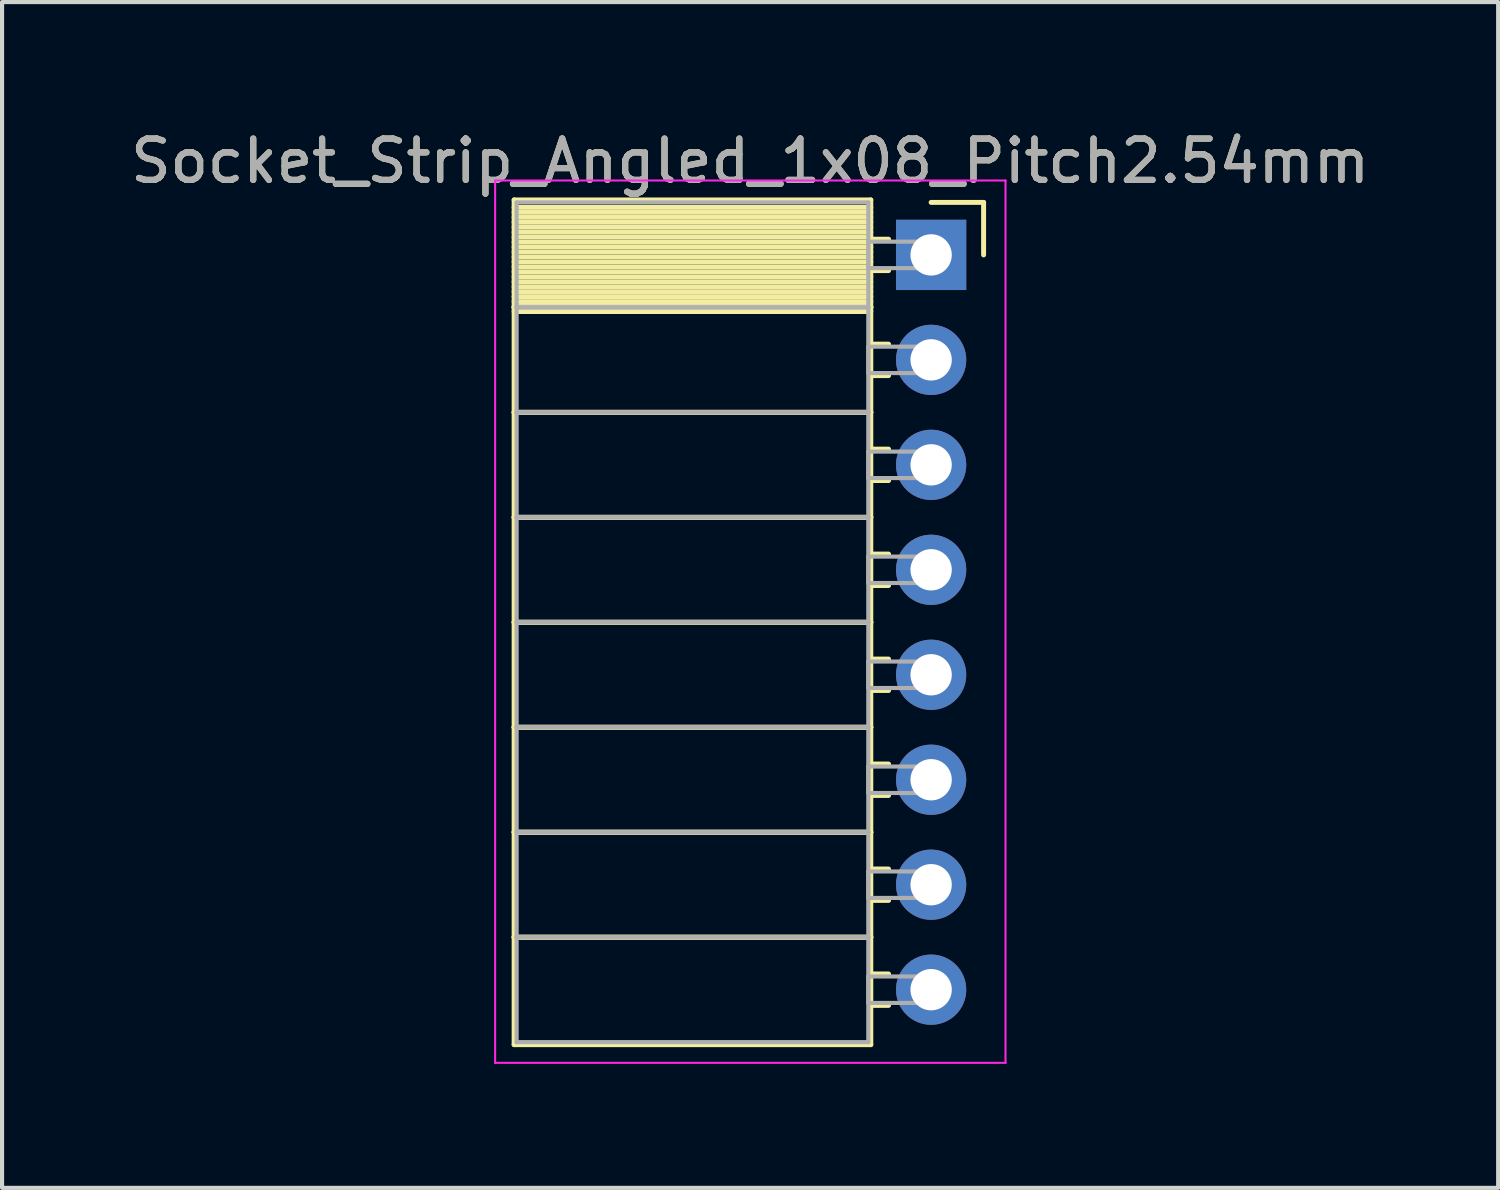
<source format=kicad_pcb>
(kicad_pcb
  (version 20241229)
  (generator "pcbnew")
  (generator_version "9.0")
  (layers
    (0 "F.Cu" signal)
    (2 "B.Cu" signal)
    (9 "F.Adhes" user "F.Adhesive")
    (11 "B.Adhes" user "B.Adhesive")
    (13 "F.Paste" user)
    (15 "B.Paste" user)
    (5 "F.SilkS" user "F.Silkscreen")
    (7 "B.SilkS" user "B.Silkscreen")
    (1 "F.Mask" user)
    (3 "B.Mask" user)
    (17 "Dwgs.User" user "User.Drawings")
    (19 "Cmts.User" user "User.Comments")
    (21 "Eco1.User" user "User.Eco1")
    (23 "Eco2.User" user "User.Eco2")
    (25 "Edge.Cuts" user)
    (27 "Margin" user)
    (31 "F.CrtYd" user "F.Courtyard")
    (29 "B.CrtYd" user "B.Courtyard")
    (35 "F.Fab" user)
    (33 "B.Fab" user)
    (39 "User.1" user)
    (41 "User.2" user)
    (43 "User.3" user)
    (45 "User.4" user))
  (footprint "Socket_Strip_Angled_1x08_Pitch2.54mm"
    (layer "F.Cu")
    (at 19.481 3.118)
    (property "Reference" "Socket_Strip_Angled_1x08_Pitch2.54mm" (at -4.38 -2.27 0) (layer "F.SilkS") (effects (font (size 1 1) (thickness 0.15))))
    (attr through_hole)
    (fp_line (start -10.09 -1.33) (end -1.46 -1.33) (stroke (width 0.12) (type solid)) (layer "F.SilkS"))
    (fp_line (start -10.09 1.27) (end -10.09 -1.33) (stroke (width 0.12) (type solid)) (layer "F.SilkS"))
    (fp_line (start -10.09 1.27) (end -1.46 1.27) (stroke (width 0.12) (type solid)) (layer "F.SilkS"))
    (fp_line (start -10.09 3.81) (end -10.09 1.27) (stroke (width 0.12) (type solid)) (layer "F.SilkS"))
    (fp_line (start -10.09 3.81) (end -1.46 3.81) (stroke (width 0.12) (type solid)) (layer "F.SilkS"))
    (fp_line (start -10.09 6.35) (end -10.09 3.81) (stroke (width 0.12) (type solid)) (layer "F.SilkS"))
    (fp_line (start -10.09 6.35) (end -1.46 6.35) (stroke (width 0.12) (type solid)) (layer "F.SilkS"))
    (fp_line (start -10.09 8.89) (end -10.09 6.35) (stroke (width 0.12) (type solid)) (layer "F.SilkS"))
    (fp_line (start -10.09 8.89) (end -1.46 8.89) (stroke (width 0.12) (type solid)) (layer "F.SilkS"))
    (fp_line (start -10.09 11.43) (end -10.09 8.89) (stroke (width 0.12) (type solid)) (layer "F.SilkS"))
    (fp_line (start -10.09 11.43) (end -1.46 11.43) (stroke (width 0.12) (type solid)) (layer "F.SilkS"))
    (fp_line (start -10.09 13.97) (end -10.09 11.43) (stroke (width 0.12) (type solid)) (layer "F.SilkS"))
    (fp_line (start -10.09 13.97) (end -1.46 13.97) (stroke (width 0.12) (type solid)) (layer "F.SilkS"))
    (fp_line (start -10.09 16.51) (end -10.09 13.97) (stroke (width 0.12) (type solid)) (layer "F.SilkS"))
    (fp_line (start -10.09 16.51) (end -1.46 16.51) (stroke (width 0.12) (type solid)) (layer "F.SilkS"))
    (fp_line (start -10.09 19.11) (end -10.09 16.51) (stroke (width 0.12) (type solid)) (layer "F.SilkS"))
    (fp_line (start -1.46 -1.33) (end -1.46 1.27) (stroke (width 0.12) (type solid)) (layer "F.SilkS"))
    (fp_line (start -1.46 -1.15) (end -10.09 -1.15) (stroke (width 0.12) (type solid)) (layer "F.SilkS"))
    (fp_line (start -1.46 -1.03) (end -10.09 -1.03) (stroke (width 0.12) (type solid)) (layer "F.SilkS"))
    (fp_line (start -1.46 -0.91) (end -10.09 -0.91) (stroke (width 0.12) (type solid)) (layer "F.SilkS"))
    (fp_line (start -1.46 -0.79) (end -10.09 -0.79) (stroke (width 0.12) (type solid)) (layer "F.SilkS"))
    (fp_line (start -1.46 -0.67) (end -10.09 -0.67) (stroke (width 0.12) (type solid)) (layer "F.SilkS"))
    (fp_line (start -1.46 -0.55) (end -10.09 -0.55) (stroke (width 0.12) (type solid)) (layer "F.SilkS"))
    (fp_line (start -1.46 -0.43) (end -10.09 -0.43) (stroke (width 0.12) (type solid)) (layer "F.SilkS"))
    (fp_line (start -1.46 -0.31) (end -10.09 -0.31) (stroke (width 0.12) (type solid)) (layer "F.SilkS"))
    (fp_line (start -1.46 -0.19) (end -10.09 -0.19) (stroke (width 0.12) (type solid)) (layer "F.SilkS"))
    (fp_line (start -1.46 -0.07) (end -10.09 -0.07) (stroke (width 0.12) (type solid)) (layer "F.SilkS"))
    (fp_line (start -1.46 0.05) (end -10.09 0.05) (stroke (width 0.12) (type solid)) (layer "F.SilkS"))
    (fp_line (start -1.46 0.17) (end -10.09 0.17) (stroke (width 0.12) (type solid)) (layer "F.SilkS"))
    (fp_line (start -1.46 0.29) (end -10.09 0.29) (stroke (width 0.12) (type solid)) (layer "F.SilkS"))
    (fp_line (start -1.46 0.41) (end -10.09 0.41) (stroke (width 0.12) (type solid)) (layer "F.SilkS"))
    (fp_line (start -1.46 0.53) (end -10.09 0.53) (stroke (width 0.12) (type solid)) (layer "F.SilkS"))
    (fp_line (start -1.46 0.65) (end -10.09 0.65) (stroke (width 0.12) (type solid)) (layer "F.SilkS"))
    (fp_line (start -1.46 0.77) (end -10.09 0.77) (stroke (width 0.12) (type solid)) (layer "F.SilkS"))
    (fp_line (start -1.46 0.89) (end -10.09 0.89) (stroke (width 0.12) (type solid)) (layer "F.SilkS"))
    (fp_line (start -1.46 1.01) (end -10.09 1.01) (stroke (width 0.12) (type solid)) (layer "F.SilkS"))
    (fp_line (start -1.46 1.13) (end -10.09 1.13) (stroke (width 0.12) (type solid)) (layer "F.SilkS"))
    (fp_line (start -1.46 1.25) (end -10.09 1.25) (stroke (width 0.12) (type solid)) (layer "F.SilkS"))
    (fp_line (start -1.46 1.27) (end -10.09 1.27) (stroke (width 0.12) (type solid)) (layer "F.SilkS"))
    (fp_line (start -1.46 1.27) (end -1.46 3.81) (stroke (width 0.12) (type solid)) (layer "F.SilkS"))
    (fp_line (start -1.46 1.37) (end -10.09 1.37) (stroke (width 0.12) (type solid)) (layer "F.SilkS"))
    (fp_line (start -1.46 3.81) (end -10.09 3.81) (stroke (width 0.12) (type solid)) (layer "F.SilkS"))
    (fp_line (start -1.46 3.81) (end -1.46 6.35) (stroke (width 0.12) (type solid)) (layer "F.SilkS"))
    (fp_line (start -1.46 6.35) (end -10.09 6.35) (stroke (width 0.12) (type solid)) (layer "F.SilkS"))
    (fp_line (start -1.46 6.35) (end -1.46 8.89) (stroke (width 0.12) (type solid)) (layer "F.SilkS"))
    (fp_line (start -1.46 8.89) (end -10.09 8.89) (stroke (width 0.12) (type solid)) (layer "F.SilkS"))
    (fp_line (start -1.46 8.89) (end -1.46 11.43) (stroke (width 0.12) (type solid)) (layer "F.SilkS"))
    (fp_line (start -1.46 11.43) (end -10.09 11.43) (stroke (width 0.12) (type solid)) (layer "F.SilkS"))
    (fp_line (start -1.46 11.43) (end -1.46 13.97) (stroke (width 0.12) (type solid)) (layer "F.SilkS"))
    (fp_line (start -1.46 13.97) (end -10.09 13.97) (stroke (width 0.12) (type solid)) (layer "F.SilkS"))
    (fp_line (start -1.46 13.97) (end -1.46 16.51) (stroke (width 0.12) (type solid)) (layer "F.SilkS"))
    (fp_line (start -1.46 16.51) (end -10.09 16.51) (stroke (width 0.12) (type solid)) (layer "F.SilkS"))
    (fp_line (start -1.46 16.51) (end -1.46 19.11) (stroke (width 0.12) (type solid)) (layer "F.SilkS"))
    (fp_line (start -1.46 19.11) (end -10.09 19.11) (stroke (width 0.12) (type solid)) (layer "F.SilkS"))
    (fp_line (start -1.03 -0.38) (end -1.46 -0.38) (stroke (width 0.12) (type solid)) (layer "F.SilkS"))
    (fp_line (start -1.03 0.38) (end -1.46 0.38) (stroke (width 0.12) (type solid)) (layer "F.SilkS"))
    (fp_line (start -1.03 2.16) (end -1.46 2.16) (stroke (width 0.12) (type solid)) (layer "F.SilkS"))
    (fp_line (start -1.03 2.92) (end -1.46 2.92) (stroke (width 0.12) (type solid)) (layer "F.SilkS"))
    (fp_line (start -1.03 4.7) (end -1.46 4.7) (stroke (width 0.12) (type solid)) (layer "F.SilkS"))
    (fp_line (start -1.03 5.46) (end -1.46 5.46) (stroke (width 0.12) (type solid)) (layer "F.SilkS"))
    (fp_line (start -1.03 7.24) (end -1.46 7.24) (stroke (width 0.12) (type solid)) (layer "F.SilkS"))
    (fp_line (start -1.03 8) (end -1.46 8) (stroke (width 0.12) (type solid)) (layer "F.SilkS"))
    (fp_line (start -1.03 9.78) (end -1.46 9.78) (stroke (width 0.12) (type solid)) (layer "F.SilkS"))
    (fp_line (start -1.03 10.54) (end -1.46 10.54) (stroke (width 0.12) (type solid)) (layer "F.SilkS"))
    (fp_line (start -1.03 12.32) (end -1.46 12.32) (stroke (width 0.12) (type solid)) (layer "F.SilkS"))
    (fp_line (start -1.03 13.08) (end -1.46 13.08) (stroke (width 0.12) (type solid)) (layer "F.SilkS"))
    (fp_line (start -1.03 14.86) (end -1.46 14.86) (stroke (width 0.12) (type solid)) (layer "F.SilkS"))
    (fp_line (start -1.03 15.62) (end -1.46 15.62) (stroke (width 0.12) (type solid)) (layer "F.SilkS"))
    (fp_line (start -1.03 17.4) (end -1.46 17.4) (stroke (width 0.12) (type solid)) (layer "F.SilkS"))
    (fp_line (start -1.03 18.16) (end -1.46 18.16) (stroke (width 0.12) (type solid)) (layer "F.SilkS"))
    (fp_line (start 0 -1.27) (end 1.27 -1.27) (stroke (width 0.12) (type solid)) (layer "F.SilkS"))
    (fp_line (start 1.27 -1.27) (end 1.27 0) (stroke (width 0.12) (type solid)) (layer "F.SilkS"))
    (fp_line (start -10.55 -1.8) (end 1.8 -1.8) (stroke (width 0.05) (type solid)) (layer "F.CrtYd"))
    (fp_line (start -10.55 19.55) (end -10.55 -1.8) (stroke (width 0.05) (type solid)) (layer "F.CrtYd"))
    (fp_line (start 1.8 -1.8) (end 1.8 19.55) (stroke (width 0.05) (type solid)) (layer "F.CrtYd"))
    (fp_line (start 1.8 19.55) (end -10.55 19.55) (stroke (width 0.05) (type solid)) (layer "F.CrtYd"))
    (fp_line (start -10.03 -1.27) (end -1.52 -1.27) (stroke (width 0.1) (type solid)) (layer "F.Fab"))
    (fp_line (start -10.03 1.27) (end -10.03 -1.27) (stroke (width 0.1) (type solid)) (layer "F.Fab"))
    (fp_line (start -10.03 1.27) (end -1.52 1.27) (stroke (width 0.1) (type solid)) (layer "F.Fab"))
    (fp_line (start -10.03 3.81) (end -10.03 1.27) (stroke (width 0.1) (type solid)) (layer "F.Fab"))
    (fp_line (start -10.03 3.81) (end -1.52 3.81) (stroke (width 0.1) (type solid)) (layer "F.Fab"))
    (fp_line (start -10.03 6.35) (end -10.03 3.81) (stroke (width 0.1) (type solid)) (layer "F.Fab"))
    (fp_line (start -10.03 6.35) (end -1.52 6.35) (stroke (width 0.1) (type solid)) (layer "F.Fab"))
    (fp_line (start -10.03 8.89) (end -10.03 6.35) (stroke (width 0.1) (type solid)) (layer "F.Fab"))
    (fp_line (start -10.03 8.89) (end -1.52 8.89) (stroke (width 0.1) (type solid)) (layer "F.Fab"))
    (fp_line (start -10.03 11.43) (end -10.03 8.89) (stroke (width 0.1) (type solid)) (layer "F.Fab"))
    (fp_line (start -10.03 11.43) (end -1.52 11.43) (stroke (width 0.1) (type solid)) (layer "F.Fab"))
    (fp_line (start -10.03 13.97) (end -10.03 11.43) (stroke (width 0.1) (type solid)) (layer "F.Fab"))
    (fp_line (start -10.03 13.97) (end -1.52 13.97) (stroke (width 0.1) (type solid)) (layer "F.Fab"))
    (fp_line (start -10.03 16.51) (end -10.03 13.97) (stroke (width 0.1) (type solid)) (layer "F.Fab"))
    (fp_line (start -10.03 16.51) (end -1.52 16.51) (stroke (width 0.1) (type solid)) (layer "F.Fab"))
    (fp_line (start -10.03 19.05) (end -10.03 16.51) (stroke (width 0.1) (type solid)) (layer "F.Fab"))
    (fp_line (start -1.52 -1.27) (end -1.52 1.27) (stroke (width 0.1) (type solid)) (layer "F.Fab"))
    (fp_line (start -1.52 -0.32) (end 0 -0.32) (stroke (width 0.1) (type solid)) (layer "F.Fab"))
    (fp_line (start -1.52 0.32) (end -1.52 -0.32) (stroke (width 0.1) (type solid)) (layer "F.Fab"))
    (fp_line (start -1.52 1.27) (end -10.03 1.27) (stroke (width 0.1) (type solid)) (layer "F.Fab"))
    (fp_line (start -1.52 1.27) (end -1.52 3.81) (stroke (width 0.1) (type solid)) (layer "F.Fab"))
    (fp_line (start -1.52 2.22) (end 0 2.22) (stroke (width 0.1) (type solid)) (layer "F.Fab"))
    (fp_line (start -1.52 2.86) (end -1.52 2.22) (stroke (width 0.1) (type solid)) (layer "F.Fab"))
    (fp_line (start -1.52 3.81) (end -10.03 3.81) (stroke (width 0.1) (type solid)) (layer "F.Fab"))
    (fp_line (start -1.52 3.81) (end -1.52 6.35) (stroke (width 0.1) (type solid)) (layer "F.Fab"))
    (fp_line (start -1.52 4.76) (end 0 4.76) (stroke (width 0.1) (type solid)) (layer "F.Fab"))
    (fp_line (start -1.52 5.4) (end -1.52 4.76) (stroke (width 0.1) (type solid)) (layer "F.Fab"))
    (fp_line (start -1.52 6.35) (end -10.03 6.35) (stroke (width 0.1) (type solid)) (layer "F.Fab"))
    (fp_line (start -1.52 6.35) (end -1.52 8.89) (stroke (width 0.1) (type solid)) (layer "F.Fab"))
    (fp_line (start -1.52 7.3) (end 0 7.3) (stroke (width 0.1) (type solid)) (layer "F.Fab"))
    (fp_line (start -1.52 7.94) (end -1.52 7.3) (stroke (width 0.1) (type solid)) (layer "F.Fab"))
    (fp_line (start -1.52 8.89) (end -10.03 8.89) (stroke (width 0.1) (type solid)) (layer "F.Fab"))
    (fp_line (start -1.52 8.89) (end -1.52 11.43) (stroke (width 0.1) (type solid)) (layer "F.Fab"))
    (fp_line (start -1.52 9.84) (end 0 9.84) (stroke (width 0.1) (type solid)) (layer "F.Fab"))
    (fp_line (start -1.52 10.48) (end -1.52 9.84) (stroke (width 0.1) (type solid)) (layer "F.Fab"))
    (fp_line (start -1.52 11.43) (end -10.03 11.43) (stroke (width 0.1) (type solid)) (layer "F.Fab"))
    (fp_line (start -1.52 11.43) (end -1.52 13.97) (stroke (width 0.1) (type solid)) (layer "F.Fab"))
    (fp_line (start -1.52 12.38) (end 0 12.38) (stroke (width 0.1) (type solid)) (layer "F.Fab"))
    (fp_line (start -1.52 13.02) (end -1.52 12.38) (stroke (width 0.1) (type solid)) (layer "F.Fab"))
    (fp_line (start -1.52 13.97) (end -10.03 13.97) (stroke (width 0.1) (type solid)) (layer "F.Fab"))
    (fp_line (start -1.52 13.97) (end -1.52 16.51) (stroke (width 0.1) (type solid)) (layer "F.Fab"))
    (fp_line (start -1.52 14.92) (end 0 14.92) (stroke (width 0.1) (type solid)) (layer "F.Fab"))
    (fp_line (start -1.52 15.56) (end -1.52 14.92) (stroke (width 0.1) (type solid)) (layer "F.Fab"))
    (fp_line (start -1.52 16.51) (end -10.03 16.51) (stroke (width 0.1) (type solid)) (layer "F.Fab"))
    (fp_line (start -1.52 16.51) (end -1.52 19.05) (stroke (width 0.1) (type solid)) (layer "F.Fab"))
    (fp_line (start -1.52 17.46) (end 0 17.46) (stroke (width 0.1) (type solid)) (layer "F.Fab"))
    (fp_line (start -1.52 18.1) (end -1.52 17.46) (stroke (width 0.1) (type solid)) (layer "F.Fab"))
    (fp_line (start -1.52 19.05) (end -10.03 19.05) (stroke (width 0.1) (type solid)) (layer "F.Fab"))
    (fp_line (start 0 -0.32) (end 0 0.32) (stroke (width 0.1) (type solid)) (layer "F.Fab"))
    (fp_line (start 0 0.32) (end -1.52 0.32) (stroke (width 0.1) (type solid)) (layer "F.Fab"))
    (fp_line (start 0 2.22) (end 0 2.86) (stroke (width 0.1) (type solid)) (layer "F.Fab"))
    (fp_line (start 0 2.86) (end -1.52 2.86) (stroke (width 0.1) (type solid)) (layer "F.Fab"))
    (fp_line (start 0 4.76) (end 0 5.4) (stroke (width 0.1) (type solid)) (layer "F.Fab"))
    (fp_line (start 0 5.4) (end -1.52 5.4) (stroke (width 0.1) (type solid)) (layer "F.Fab"))
    (fp_line (start 0 7.3) (end 0 7.94) (stroke (width 0.1) (type solid)) (layer "F.Fab"))
    (fp_line (start 0 7.94) (end -1.52 7.94) (stroke (width 0.1) (type solid)) (layer "F.Fab"))
    (fp_line (start 0 9.84) (end 0 10.48) (stroke (width 0.1) (type solid)) (layer "F.Fab"))
    (fp_line (start 0 10.48) (end -1.52 10.48) (stroke (width 0.1) (type solid)) (layer "F.Fab"))
    (fp_line (start 0 12.38) (end 0 13.02) (stroke (width 0.1) (type solid)) (layer "F.Fab"))
    (fp_line (start 0 13.02) (end -1.52 13.02) (stroke (width 0.1) (type solid)) (layer "F.Fab"))
    (fp_line (start 0 14.92) (end 0 15.56) (stroke (width 0.1) (type solid)) (layer "F.Fab"))
    (fp_line (start 0 15.56) (end -1.52 15.56) (stroke (width 0.1) (type solid)) (layer "F.Fab"))
    (fp_line (start 0 17.46) (end 0 18.1) (stroke (width 0.1) (type solid)) (layer "F.Fab"))
    (fp_line (start 0 18.1) (end -1.52 18.1) (stroke (width 0.1) (type solid)) (layer "F.Fab"))
    (fp_text user "${REFERENCE}" (at -4.38 -2.27 0) (layer "F.Fab") (effects (font (size 1 1) (thickness 0.15))))
    (pad "1" thru_hole rect (at 0 0) (size 1.7 1.7) (drill 1) (layers "*.Cu" "*.Mask"))
    (pad "2" thru_hole oval (at 0 2.54) (size 1.7 1.7) (drill 1) (layers "*.Cu" "*.Mask"))
    (pad "3" thru_hole oval (at 0 5.08) (size 1.7 1.7) (drill 1) (layers "*.Cu" "*.Mask"))
    (pad "4" thru_hole oval (at 0 7.62) (size 1.7 1.7) (drill 1) (layers "*.Cu" "*.Mask"))
    (pad "5" thru_hole oval (at 0 10.16) (size 1.7 1.7) (drill 1) (layers "*.Cu" "*.Mask"))
    (pad "6" thru_hole oval (at 0 12.7) (size 1.7 1.7) (drill 1) (layers "*.Cu" "*.Mask"))
    (pad "7" thru_hole oval (at 0 15.24) (size 1.7 1.7) (drill 1) (layers "*.Cu" "*.Mask"))
    (pad "8" thru_hole oval (at 0 17.78) (size 1.7 1.7) (drill 1) (layers "*.Cu" "*.Mask")))
  (gr_rect
    (start -3 -3)
    (end 33.202 25.693)
    (stroke (width 0.1) (type default))
    (fill no)
    (layer "Edge.Cuts")))
</source>
